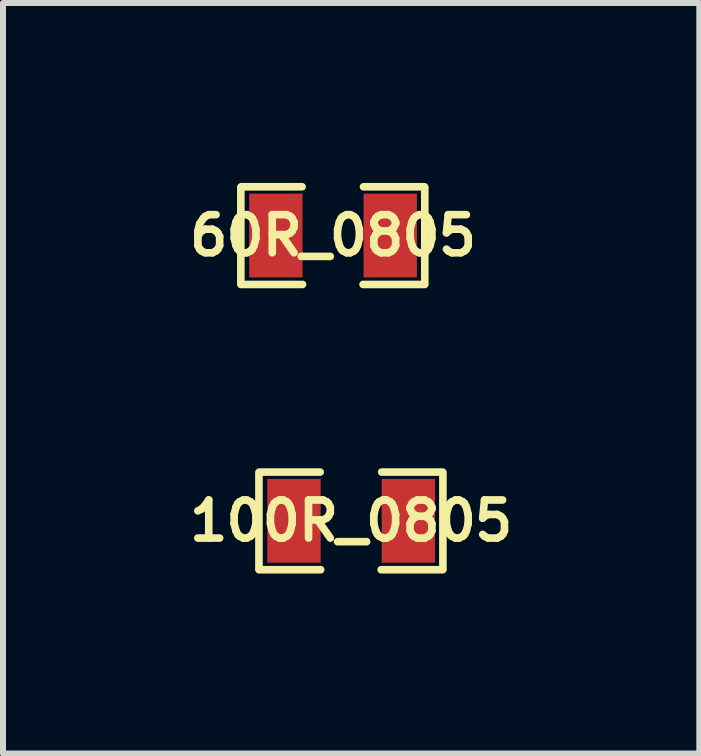
<source format=kicad_pcb>
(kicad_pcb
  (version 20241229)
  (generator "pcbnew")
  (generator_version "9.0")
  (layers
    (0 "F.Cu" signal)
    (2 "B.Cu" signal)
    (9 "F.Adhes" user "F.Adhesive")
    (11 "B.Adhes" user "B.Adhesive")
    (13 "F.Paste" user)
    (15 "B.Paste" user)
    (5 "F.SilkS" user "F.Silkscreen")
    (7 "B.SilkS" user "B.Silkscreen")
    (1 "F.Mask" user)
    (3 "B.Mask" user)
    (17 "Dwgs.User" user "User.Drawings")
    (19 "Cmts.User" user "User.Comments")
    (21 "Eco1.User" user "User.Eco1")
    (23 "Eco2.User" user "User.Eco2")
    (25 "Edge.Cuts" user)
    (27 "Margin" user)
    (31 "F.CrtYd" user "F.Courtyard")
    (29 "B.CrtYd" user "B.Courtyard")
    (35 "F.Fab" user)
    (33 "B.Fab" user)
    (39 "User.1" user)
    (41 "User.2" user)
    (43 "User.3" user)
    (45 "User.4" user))
  (footprint "100R_0805"
    (layer "F.Cu")
    (at 2.803 5.631)
    (property "Reference" "100R_0805" (at 0 0 0) (layer "F.SilkS") (effects (font (size 0.635 0.635) (thickness 0.127))))
    (attr smd)
    (fp_line (start -1.537 0.81) (end -1.537 -0.8) (stroke (width 0.127) (type solid)) (layer "F.SilkS"))
    (fp_line (start -1.532 0.815) (end -0.508 0.815) (stroke (width 0.127) (type solid)) (layer "F.SilkS"))
    (fp_line (start -0.516 -0.813) (end -1.532 -0.813) (stroke (width 0.127) (type solid)) (layer "F.SilkS"))
    (fp_line (start 0.508 -0.813) (end 1.524 -0.813) (stroke (width 0.127) (type solid)) (layer "F.SilkS"))
    (fp_line (start 1.524 0.815) (end 0.5 0.815) (stroke (width 0.127) (type solid)) (layer "F.SilkS"))
    (fp_line (start 1.529 0.81) (end 1.529 -0.8) (stroke (width 0.127) (type solid)) (layer "F.SilkS"))
    (pad "1" smd rect (at -0.953 0) (size 0.889 1.397) (layers "F.Cu" "F.Mask" "F.Paste"))
    (pad "2" smd rect (at 0.953 0) (size 0.889 1.397) (layers "F.Cu" "F.Mask" "F.Paste")))
  (footprint "60R_0805"
    (layer "F.Cu")
    (at 2.501 0.876)
    (property "Reference" "60R_0805" (at 0 0 0) (layer "F.SilkS") (effects (font (size 0.635 0.635) (thickness 0.127))))
    (attr smd)
    (fp_line (start -1.537 0.81) (end -1.537 -0.8) (stroke (width 0.127) (type solid)) (layer "F.SilkS"))
    (fp_line (start -1.532 0.815) (end -0.508 0.815) (stroke (width 0.127) (type solid)) (layer "F.SilkS"))
    (fp_line (start -0.516 -0.813) (end -1.532 -0.813) (stroke (width 0.127) (type solid)) (layer "F.SilkS"))
    (fp_line (start 0.508 -0.813) (end 1.524 -0.813) (stroke (width 0.127) (type solid)) (layer "F.SilkS"))
    (fp_line (start 1.524 0.815) (end 0.5 0.815) (stroke (width 0.127) (type solid)) (layer "F.SilkS"))
    (fp_line (start 1.529 0.81) (end 1.529 -0.8) (stroke (width 0.127) (type solid)) (layer "F.SilkS"))
    (pad "1" smd rect (at -0.953 0) (size 0.889 1.397) (layers "F.Cu" "F.Mask" "F.Paste"))
    (pad "2" smd rect (at 0.953 0) (size 0.889 1.397) (layers "F.Cu" "F.Mask" "F.Paste")))
  (gr_rect
    (start -3 -3)
    (end 8.606 9.51)
    (stroke (width 0.1) (type default))
    (fill no)
    (layer "Edge.Cuts")))
</source>
